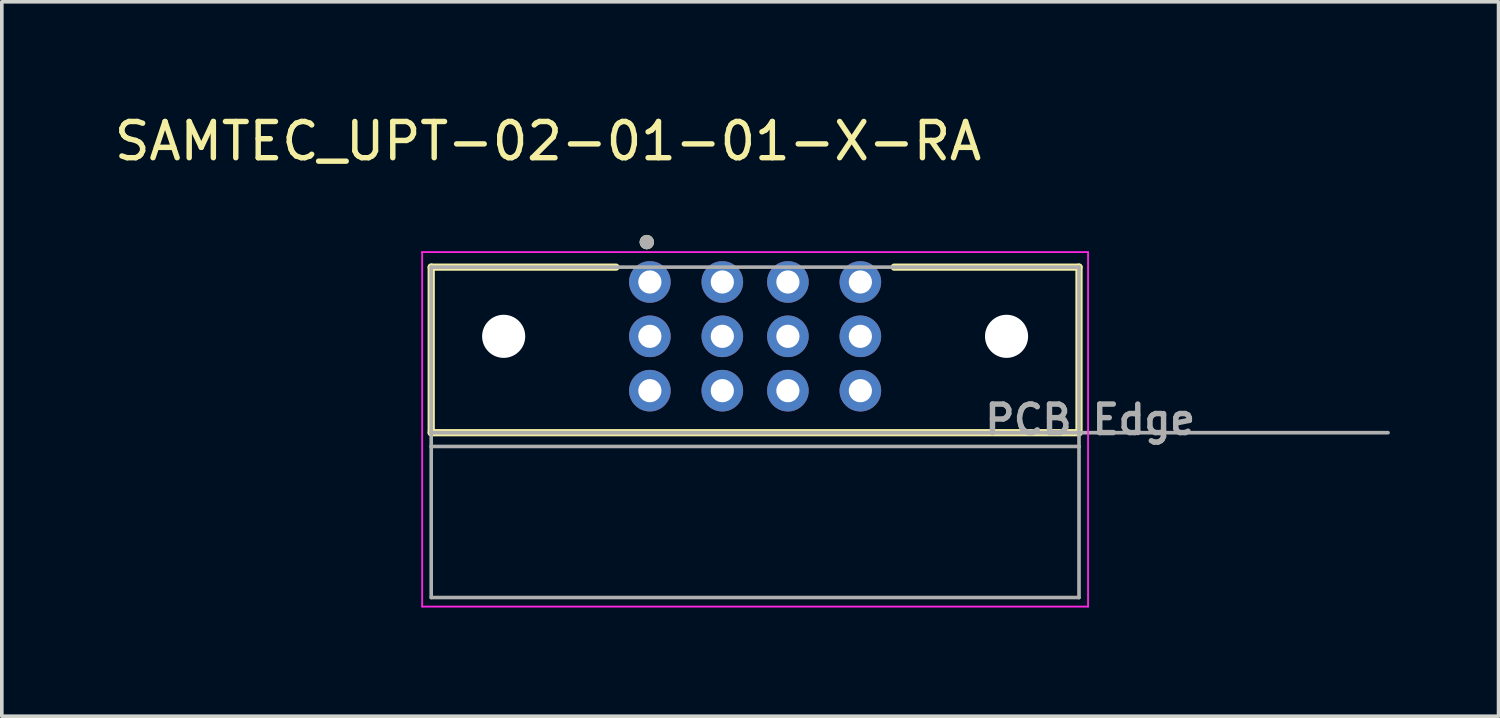
<source format=kicad_pcb>
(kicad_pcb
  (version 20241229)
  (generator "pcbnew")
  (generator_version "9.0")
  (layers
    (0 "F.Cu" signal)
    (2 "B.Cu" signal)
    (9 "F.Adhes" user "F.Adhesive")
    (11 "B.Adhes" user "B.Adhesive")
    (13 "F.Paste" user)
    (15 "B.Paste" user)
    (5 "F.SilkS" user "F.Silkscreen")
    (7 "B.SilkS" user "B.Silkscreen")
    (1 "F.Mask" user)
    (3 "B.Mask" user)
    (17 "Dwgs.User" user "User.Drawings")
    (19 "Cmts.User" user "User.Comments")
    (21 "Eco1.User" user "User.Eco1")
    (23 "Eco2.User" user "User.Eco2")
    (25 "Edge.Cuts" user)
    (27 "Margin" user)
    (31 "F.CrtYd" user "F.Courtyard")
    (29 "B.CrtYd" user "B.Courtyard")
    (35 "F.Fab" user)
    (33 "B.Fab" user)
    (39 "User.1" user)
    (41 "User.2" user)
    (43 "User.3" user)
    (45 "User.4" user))
  (footprint "SAMTEC_UPT-02-01-01-X-RA"
    (layer "F.Cu")
    (at 17.792 6.233)
    (property "Reference" "SAMTEC_UPT-02-01-01-X-RA" (at -5.715 -5.385 0) (layer "F.SilkS") (effects (font (size 1 1) (thickness 0.15))))
    (attr through_hole)
    (fp_line (start -8.94 -1.91) (end -8.94 2.66) (stroke (width 0.2) (type solid)) (layer "F.SilkS"))
    (fp_line (start -8.94 2.66) (end 8.94 2.66) (stroke (width 0.2) (type solid)) (layer "F.SilkS"))
    (fp_line (start -3.84 -1.91) (end -8.94 -1.91) (stroke (width 0.2) (type solid)) (layer "F.SilkS"))
    (fp_line (start 8.94 -1.91) (end 3.84 -1.91) (stroke (width 0.2) (type solid)) (layer "F.SilkS"))
    (fp_line (start 8.94 2.66) (end 8.94 -1.91) (stroke (width 0.2) (type solid)) (layer "F.SilkS"))
    (fp_circle (center -2.99 -2.6) (end -2.89 -2.6) (stroke (width 0.2) (type solid)) (fill no) (layer "F.SilkS"))
    (fp_line (start -9.19 -2.325) (end 9.19 -2.325) (stroke (width 0.05) (type solid)) (layer "F.CrtYd"))
    (fp_line (start -9.19 7.46) (end -9.19 -2.325) (stroke (width 0.05) (type solid)) (layer "F.CrtYd"))
    (fp_line (start 9.19 -2.325) (end 9.19 7.46) (stroke (width 0.05) (type solid)) (layer "F.CrtYd"))
    (fp_line (start 9.19 7.46) (end -9.19 7.46) (stroke (width 0.05) (type solid)) (layer "F.CrtYd"))
    (fp_line (start -8.94 -1.91) (end 8.94 -1.91) (stroke (width 0.1) (type solid)) (layer "F.Fab"))
    (fp_line (start -8.94 2.66) (end -8.94 -1.91) (stroke (width 0.1) (type solid)) (layer "F.Fab"))
    (fp_line (start -8.94 3.04) (end -8.94 2.66) (stroke (width 0.1) (type solid)) (layer "F.Fab"))
    (fp_line (start -8.94 7.21) (end -8.94 3.04) (stroke (width 0.1) (type solid)) (layer "F.Fab"))
    (fp_line (start 8.94 -1.91) (end 8.94 2.66) (stroke (width 0.1) (type solid)) (layer "F.Fab"))
    (fp_line (start 8.94 2.66) (end -8.94 2.66) (stroke (width 0.1) (type solid)) (layer "F.Fab"))
    (fp_line (start 8.94 2.66) (end 8.94 3.04) (stroke (width 0.1) (type solid)) (layer "F.Fab"))
    (fp_line (start 8.94 2.66) (end 17.47 2.66) (stroke (width 0.1) (type solid)) (layer "F.Fab"))
    (fp_line (start 8.94 3.04) (end -8.94 3.04) (stroke (width 0.1) (type solid)) (layer "F.Fab"))
    (fp_line (start 8.94 3.04) (end 8.94 7.21) (stroke (width 0.1) (type solid)) (layer "F.Fab"))
    (fp_line (start 8.94 7.21) (end -8.94 7.21) (stroke (width 0.1) (type solid)) (layer "F.Fab"))
    (fp_circle (center -2.99 -2.6) (end -2.89 -2.6) (stroke (width 0.2) (type solid)) (fill no) (layer "F.Fab"))
    (fp_text user "PCB Edge" (at 9.25 2.3 0) (layer "F.Fab") (effects (font (size 0.787 0.787) (thickness 0.15))))
    (pad "" np_thru_hole circle (at -6.94 0) (size 1.19 1.19) (drill 1.19) (layers "*.Cu" "*.Mask"))
    (pad "" np_thru_hole circle (at 6.94 0) (size 1.19 1.19) (drill 1.19) (layers "*.Cu" "*.Mask"))
    (pad "P01_1" thru_hole circle (at -2.905 -1.5) (size 1.148 1.148) (drill 0.64) (layers "*.Cu" "*.Mask"))
    (pad "P01_2" thru_hole circle (at -2.905 0) (size 1.148 1.148) (drill 0.64) (layers "*.Cu" "*.Mask"))
    (pad "P01_3" thru_hole circle (at -2.905 1.5) (size 1.148 1.148) (drill 0.64) (layers "*.Cu" "*.Mask"))
    (pad "P01_4" thru_hole circle (at -0.905 -1.5) (size 1.148 1.148) (drill 0.64) (layers "*.Cu" "*.Mask"))
    (pad "P01_5" thru_hole circle (at -0.905 0) (size 1.148 1.148) (drill 0.64) (layers "*.Cu" "*.Mask"))
    (pad "P01_6" thru_hole circle (at -0.905 1.5) (size 1.148 1.148) (drill 0.64) (layers "*.Cu" "*.Mask"))
    (pad "P02_1" thru_hole circle (at 0.905 -1.5) (size 1.148 1.148) (drill 0.64) (layers "*.Cu" "*.Mask"))
    (pad "P02_2" thru_hole circle (at 0.905 0) (size 1.148 1.148) (drill 0.64) (layers "*.Cu" "*.Mask"))
    (pad "P02_3" thru_hole circle (at 0.905 1.5) (size 1.148 1.148) (drill 0.64) (layers "*.Cu" "*.Mask"))
    (pad "P02_4" thru_hole circle (at 2.905 -1.5) (size 1.148 1.148) (drill 0.64) (layers "*.Cu" "*.Mask"))
    (pad "P02_5" thru_hole circle (at 2.905 0) (size 1.148 1.148) (drill 0.64) (layers "*.Cu" "*.Mask"))
    (pad "P02_6" thru_hole circle (at 2.905 1.5) (size 1.148 1.148) (drill 0.64) (layers "*.Cu" "*.Mask")))
  (gr_rect
    (start -3 -3)
    (end 38.312 16.718)
    (stroke (width 0.1) (type default))
    (fill no)
    (layer "Edge.Cuts")))
</source>
